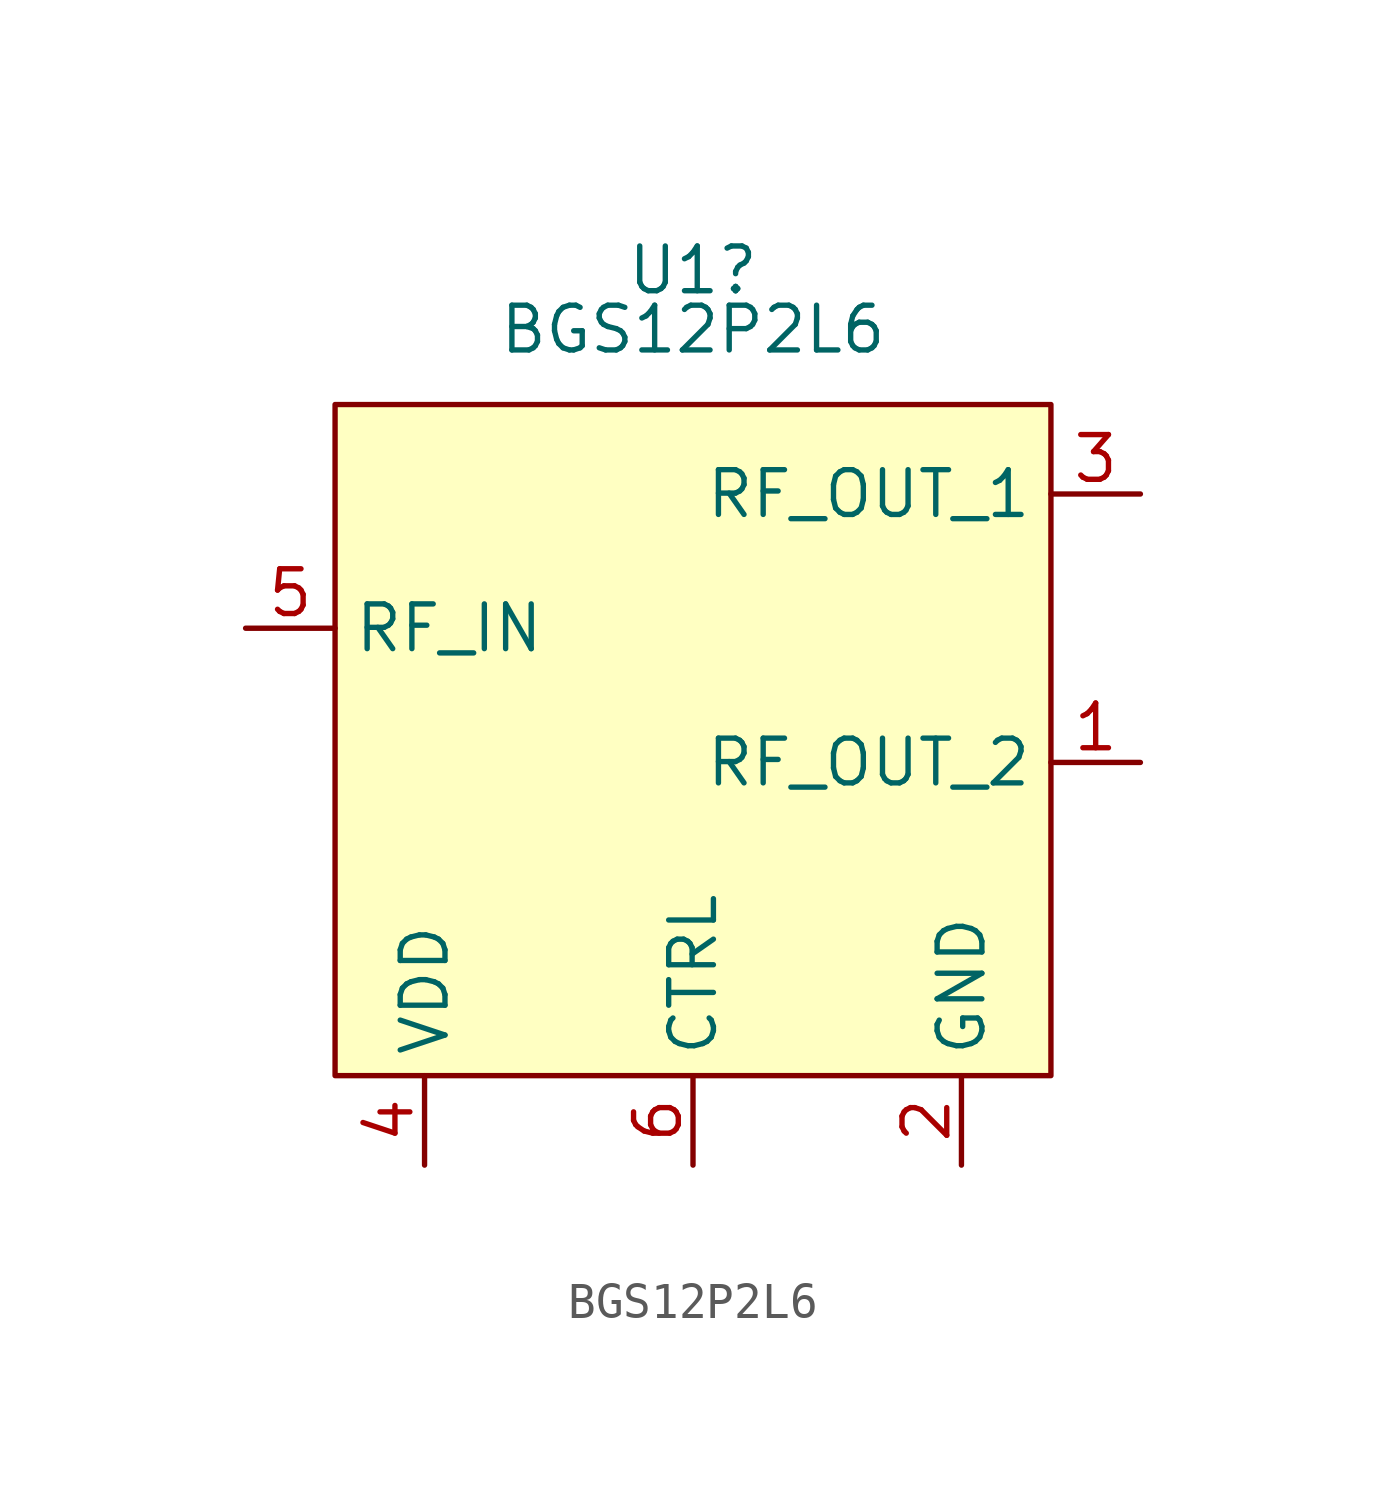
<source format=kicad_sym>
(kicad_symbol_lib
  (version 20241209)
  (generator "kicad_symbol_editor")
  (generator_version "9.0")
  (symbol "BGS12P2L6"
    (property "Reference" "U1"
      (at 0 12.7 0)
      (effects (font (size 1.27 1.27))))
    (property "Value" "BGS12P2L6"
      (at 0 11.019 0)
      (effects (font (size 1.27 1.27))))
    (symbol "BGS12P2L6_1_1"
      (rectangle (start -10.16 8.89) (end 10.16 -10.16) (stroke (width 0) (type solid)) (fill (type background)))
      (pin bidirectional line (at -12.7 2.54 0) (length 2.54) (name "RF_IN" (effects (font (size 1.27 1.27)))) (number "5" (effects (font (size 1.27 1.27)))))
      (pin power_in line (at -7.62 -12.7 90) (length 2.54) (name "VDD" (effects (font (size 1.27 1.27)))) (number "4" (effects (font (size 1.27 1.27)))))
      (pin input line (at 0 -12.7 90) (length 2.54) (name "CTRL" (effects (font (size 1.27 1.27)))) (number "6" (effects (font (size 1.27 1.27)))))
      (pin power_in line (at 7.62 -12.7 90) (length 2.54) (name "GND" (effects (font (size 1.27 1.27)))) (number "2" (effects (font (size 1.27 1.27)))))
      (pin bidirectional line (at 12.7 6.35 180) (length 2.54) (name "RF_OUT_1" (effects (font (size 1.27 1.27)))) (number "3" (effects (font (size 1.27 1.27)))))
      (pin bidirectional line (at 12.7 -1.27 180) (length 2.54) (name "RF_OUT_2" (effects (font (size 1.27 1.27)))) (number "1" (effects (font (size 1.27 1.27))))))))
</source>
